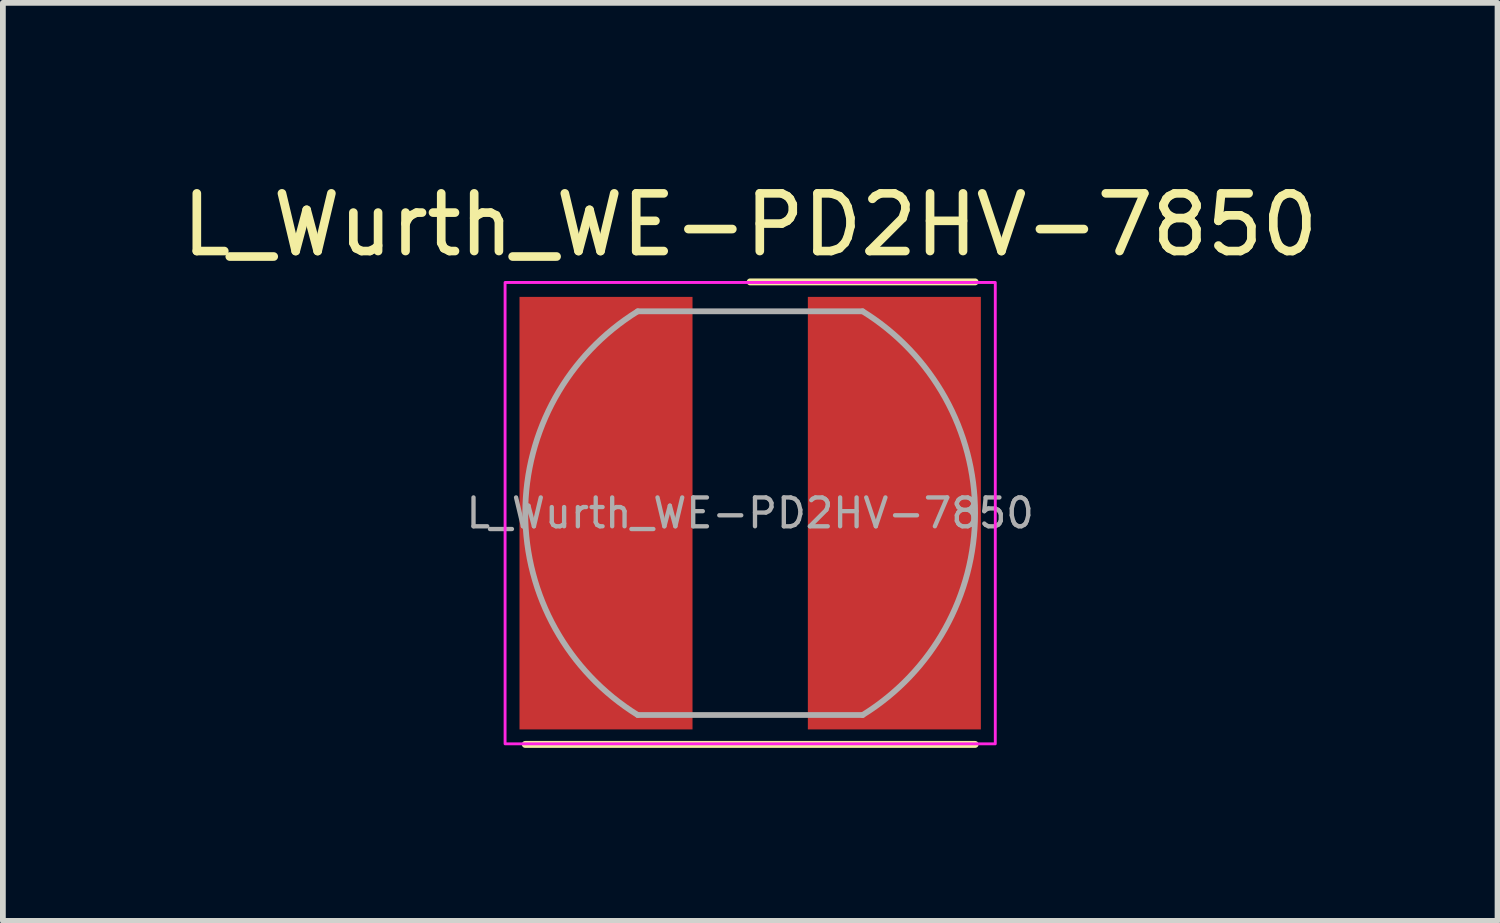
<source format=kicad_pcb>
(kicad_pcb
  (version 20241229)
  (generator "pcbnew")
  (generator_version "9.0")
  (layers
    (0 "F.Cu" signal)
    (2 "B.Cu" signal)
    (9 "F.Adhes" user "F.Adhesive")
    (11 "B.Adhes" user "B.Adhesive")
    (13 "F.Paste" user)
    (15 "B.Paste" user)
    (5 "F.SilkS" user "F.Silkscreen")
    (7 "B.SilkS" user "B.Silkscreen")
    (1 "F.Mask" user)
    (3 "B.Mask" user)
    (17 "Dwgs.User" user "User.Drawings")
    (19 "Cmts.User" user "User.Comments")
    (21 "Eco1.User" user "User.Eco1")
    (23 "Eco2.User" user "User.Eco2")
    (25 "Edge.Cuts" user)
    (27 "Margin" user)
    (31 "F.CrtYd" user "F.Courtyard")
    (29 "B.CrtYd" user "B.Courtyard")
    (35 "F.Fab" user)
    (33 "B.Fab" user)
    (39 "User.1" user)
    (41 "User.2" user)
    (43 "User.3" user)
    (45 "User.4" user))
  (footprint "L_Wurth_WE-PD2HV-7850"
    (layer "F.Cu")
    (at 9.958 5.848)
    (property "Reference" "L_Wurth_WE-PD2HV-7850" (at 0 -5 0) (unlocked yes) (layer "F.SilkS") (effects (font (size 1 1) (thickness 0.15))))
    (attr smd)
    (fp_line (start -3.9 4.01) (end 3.9 4.01) (stroke (width 0.12) (type solid)) (layer "F.SilkS"))
    (fp_line (start 0 -4.01) (end 3.9 -4.01) (stroke (width 0.12) (type solid)) (layer "F.SilkS"))
    (fp_rect (start -4.25 -4) (end 4.25 4) (stroke (width 0.05) (type solid)) (fill no) (layer "F.CrtYd"))
    (fp_line (start -1.95 -3.5) (end 1.95 -3.5) (stroke (width 0.1) (type solid)) (layer "F.Fab"))
    (fp_line (start -1.95 3.5) (end 1.95 3.5) (stroke (width 0.1) (type solid)) (layer "F.Fab"))
    (fp_arc (start -1.95 3.5) (mid -3.9 0) (end -1.95 -3.5) (stroke (width 0.1) (type solid)) (layer "F.Fab"))
    (fp_arc (start 1.95 -3.5) (mid 3.9 0) (end 1.95 3.5) (stroke (width 0.1) (type solid)) (layer "F.Fab"))
    (fp_text user "${REFERENCE}" (at 0 0 0) (unlocked yes) (layer "F.Fab") (effects (font (size 0.5 0.5) (thickness 0.075))))
    (pad "1" smd rect (at -2.5 0) (size 3 7.5) (layers "F.Cu" "F.Mask" "F.Paste"))
    (pad "2" smd rect (at 2.5 0) (size 3 7.5) (layers "F.Cu" "F.Mask" "F.Paste")))
  (gr_rect
    (start -3 -3)
    (end 22.917 12.918)
    (stroke (width 0.1) (type default))
    (fill no)
    (layer "Edge.Cuts")))
</source>
